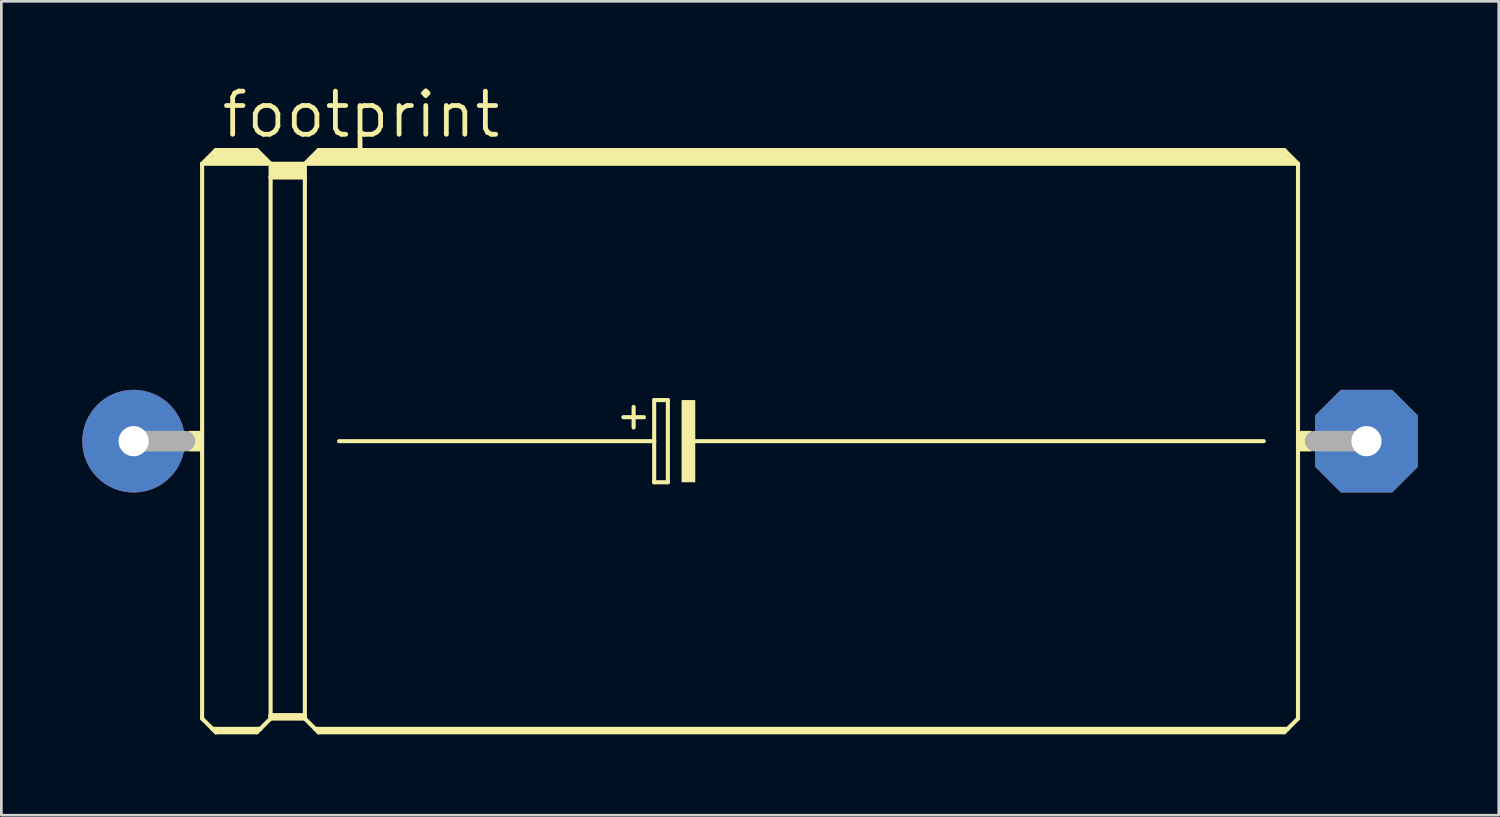
<source format=kicad_pcb>
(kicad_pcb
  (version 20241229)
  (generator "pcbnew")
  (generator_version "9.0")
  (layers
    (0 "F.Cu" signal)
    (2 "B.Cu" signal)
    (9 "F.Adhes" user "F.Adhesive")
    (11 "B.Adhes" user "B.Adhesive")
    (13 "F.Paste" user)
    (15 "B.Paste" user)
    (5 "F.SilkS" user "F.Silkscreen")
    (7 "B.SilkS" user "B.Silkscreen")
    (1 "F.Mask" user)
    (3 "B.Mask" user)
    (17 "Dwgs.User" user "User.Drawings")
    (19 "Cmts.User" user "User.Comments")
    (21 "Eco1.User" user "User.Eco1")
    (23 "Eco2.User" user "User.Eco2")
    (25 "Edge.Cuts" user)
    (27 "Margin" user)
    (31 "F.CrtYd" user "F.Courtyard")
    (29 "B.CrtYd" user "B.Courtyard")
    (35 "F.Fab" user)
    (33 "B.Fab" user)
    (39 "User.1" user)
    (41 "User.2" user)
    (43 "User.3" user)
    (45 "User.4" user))
  (footprint "footprint"
    (layer "F.Cu")
    (at 24.765 13.31)
    (property "Reference" "footprint" (at -19.685 -11.176 0) (layer "F.SilkS") (effects (font (size 1.6 1.6) (thickness 0.178)) (justify left bottom)))
    (fp_line (start -20.32 -10.287) (end -20.32 10.287) (stroke (width 0.152) (type solid)) (layer "F.SilkS"))
    (fp_line (start -20.32 -10.287) (end -19.812 -10.795) (stroke (width 0.152) (type solid)) (layer "F.SilkS"))
    (fp_line (start -20.32 -10.287) (end -17.78 -10.287) (stroke (width 0.152) (type solid)) (layer "F.SilkS"))
    (fp_line (start -20.32 10.287) (end -19.939 10.668) (stroke (width 0.152) (type solid)) (layer "F.SilkS"))
    (fp_line (start -20.066 -10.414) (end -18.034 -10.414) (stroke (width 0.305) (type solid)) (layer "F.SilkS"))
    (fp_line (start -19.939 10.668) (end -19.812 10.795) (stroke (width 0.152) (type solid)) (layer "F.SilkS"))
    (fp_line (start -19.939 10.668) (end -18.161 10.668) (stroke (width 0.152) (type solid)) (layer "F.SilkS"))
    (fp_line (start -19.812 -10.795) (end -18.288 -10.795) (stroke (width 0.152) (type solid)) (layer "F.SilkS"))
    (fp_line (start -19.812 -10.668) (end -18.288 -10.668) (stroke (width 0.305) (type solid)) (layer "F.SilkS"))
    (fp_line (start -19.812 10.744) (end -18.288 10.744) (stroke (width 0.152) (type solid)) (layer "F.SilkS"))
    (fp_line (start -19.812 10.795) (end -19.812 10.744) (stroke (width 0.152) (type solid)) (layer "F.SilkS"))
    (fp_line (start -19.812 10.795) (end -18.288 10.795) (stroke (width 0.152) (type solid)) (layer "F.SilkS"))
    (fp_line (start -18.288 -10.795) (end -17.78 -10.287) (stroke (width 0.152) (type solid)) (layer "F.SilkS"))
    (fp_line (start -18.288 10.795) (end -18.161 10.668) (stroke (width 0.152) (type solid)) (layer "F.SilkS"))
    (fp_line (start -18.161 10.668) (end -17.78 10.287) (stroke (width 0.152) (type solid)) (layer "F.SilkS"))
    (fp_line (start -17.78 -10.287) (end -16.51 -10.287) (stroke (width 0.152) (type solid)) (layer "F.SilkS"))
    (fp_line (start -17.78 -9.779) (end -17.78 -10.287) (stroke (width 0.152) (type solid)) (layer "F.SilkS"))
    (fp_line (start -17.78 -9.779) (end -16.51 -9.779) (stroke (width 0.152) (type solid)) (layer "F.SilkS"))
    (fp_line (start -17.78 10.16) (end -17.78 -9.779) (stroke (width 0.152) (type solid)) (layer "F.SilkS"))
    (fp_line (start -17.78 10.16) (end -16.51 10.16) (stroke (width 0.152) (type solid)) (layer "F.SilkS"))
    (fp_line (start -17.78 10.236) (end -17.78 10.16) (stroke (width 0.152) (type solid)) (layer "F.SilkS"))
    (fp_line (start -17.78 10.236) (end -16.51 10.236) (stroke (width 0.152) (type solid)) (layer "F.SilkS"))
    (fp_line (start -17.78 10.287) (end -17.78 10.236) (stroke (width 0.152) (type solid)) (layer "F.SilkS"))
    (fp_line (start -17.78 10.287) (end -16.51 10.287) (stroke (width 0.152) (type solid)) (layer "F.SilkS"))
    (fp_line (start -17.653 -10.16) (end -16.637 -10.16) (stroke (width 0.305) (type solid)) (layer "F.SilkS"))
    (fp_line (start -17.653 -9.906) (end -16.637 -9.906) (stroke (width 0.305) (type solid)) (layer "F.SilkS"))
    (fp_line (start -16.51 -10.287) (end -16.002 -10.795) (stroke (width 0.152) (type solid)) (layer "F.SilkS"))
    (fp_line (start -16.51 -10.287) (end 20.32 -10.287) (stroke (width 0.152) (type solid)) (layer "F.SilkS"))
    (fp_line (start -16.51 -9.779) (end -16.51 -10.287) (stroke (width 0.152) (type solid)) (layer "F.SilkS"))
    (fp_line (start -16.51 10.16) (end -16.51 -9.779) (stroke (width 0.152) (type solid)) (layer "F.SilkS"))
    (fp_line (start -16.51 10.236) (end -16.51 10.16) (stroke (width 0.152) (type solid)) (layer "F.SilkS"))
    (fp_line (start -16.51 10.287) (end -16.51 10.236) (stroke (width 0.152) (type solid)) (layer "F.SilkS"))
    (fp_line (start -16.51 10.287) (end -16.129 10.668) (stroke (width 0.152) (type solid)) (layer "F.SilkS"))
    (fp_line (start -16.256 -10.414) (end 20.066 -10.414) (stroke (width 0.305) (type solid)) (layer "F.SilkS"))
    (fp_line (start -16.129 10.668) (end -16.002 10.795) (stroke (width 0.152) (type solid)) (layer "F.SilkS"))
    (fp_line (start -16.129 10.668) (end 19.939 10.668) (stroke (width 0.152) (type solid)) (layer "F.SilkS"))
    (fp_line (start -16.002 -10.795) (end 19.812 -10.795) (stroke (width 0.152) (type solid)) (layer "F.SilkS"))
    (fp_line (start -16.002 -10.668) (end 19.812 -10.668) (stroke (width 0.305) (type solid)) (layer "F.SilkS"))
    (fp_line (start -16.002 10.744) (end 19.812 10.744) (stroke (width 0.152) (type solid)) (layer "F.SilkS"))
    (fp_line (start -16.002 10.795) (end -16.002 10.744) (stroke (width 0.152) (type solid)) (layer "F.SilkS"))
    (fp_line (start -16.002 10.795) (end 19.812 10.795) (stroke (width 0.152) (type solid)) (layer "F.SilkS"))
    (fp_line (start -15.24 0) (end -3.556 0) (stroke (width 0.152) (type solid)) (layer "F.SilkS"))
    (fp_line (start -4.699 -0.889) (end -3.937 -0.889) (stroke (width 0.152) (type solid)) (layer "F.SilkS"))
    (fp_line (start -4.318 -1.27) (end -4.318 -0.508) (stroke (width 0.152) (type solid)) (layer "F.SilkS"))
    (fp_line (start -3.556 -1.524) (end -3.556 0) (stroke (width 0.152) (type solid)) (layer "F.SilkS"))
    (fp_line (start -3.556 0) (end -3.556 1.524) (stroke (width 0.152) (type solid)) (layer "F.SilkS"))
    (fp_line (start -3.556 1.524) (end -3.048 1.524) (stroke (width 0.152) (type solid)) (layer "F.SilkS"))
    (fp_line (start -3.048 -1.524) (end -3.556 -1.524) (stroke (width 0.152) (type solid)) (layer "F.SilkS"))
    (fp_line (start -3.048 1.524) (end -3.048 -1.524) (stroke (width 0.152) (type solid)) (layer "F.SilkS"))
    (fp_line (start -2.159 0) (end 19.05 0) (stroke (width 0.152) (type solid)) (layer "F.SilkS"))
    (fp_line (start 19.812 -10.795) (end 20.32 -10.287) (stroke (width 0.152) (type solid)) (layer "F.SilkS"))
    (fp_line (start 19.812 10.795) (end 19.939 10.668) (stroke (width 0.152) (type solid)) (layer "F.SilkS"))
    (fp_line (start 19.939 10.668) (end 20.32 10.287) (stroke (width 0.152) (type solid)) (layer "F.SilkS"))
    (fp_line (start 20.32 -10.287) (end 20.32 10.287) (stroke (width 0.152) (type solid)) (layer "F.SilkS"))
    (fp_poly (pts (xy -20.828 0.381) (xy -20.32 0.381) (xy -20.32 -0.381) (xy -20.828 -0.381)) (stroke (width 0) (type solid)) (fill yes) (layer "F.SilkS"))
    (fp_poly (pts (xy -2.54 1.524) (xy -2.032 1.524) (xy -2.032 -1.524) (xy -2.54 -1.524)) (stroke (width 0) (type solid)) (fill yes) (layer "F.SilkS"))
    (fp_poly (pts (xy 20.32 0.381) (xy 20.828 0.381) (xy 20.828 -0.381) (xy 20.32 -0.381)) (stroke (width 0) (type solid)) (fill yes) (layer "F.SilkS"))
    (fp_line (start -22.86 0) (end -20.955 0) (stroke (width 0.762) (type solid)) (layer "F.Fab"))
    (fp_line (start 22.86 0) (end 20.955 0) (stroke (width 0.762) (type solid)) (layer "F.Fab"))
    (pad "+" thru_hole circle (at -22.86 0) (size 3.81 3.81) (drill 1.118) (layers "*.Cu" "*.Mask"))
    (pad "-" thru_hole roundrect (at 22.86 0) (size 3.81 3.81) (drill 1.118) (layers "*.Cu" "*.Mask") (roundrect_rratio 0.25) (chamfer_ratio 0.25) (chamfer top_left top_right bottom_left bottom_right)))
  (gr_rect
    (start -3 -3)
    (end 52.53 27.181)
    (stroke (width 0.1) (type default))
    (fill no)
    (layer "Edge.Cuts")))
</source>
